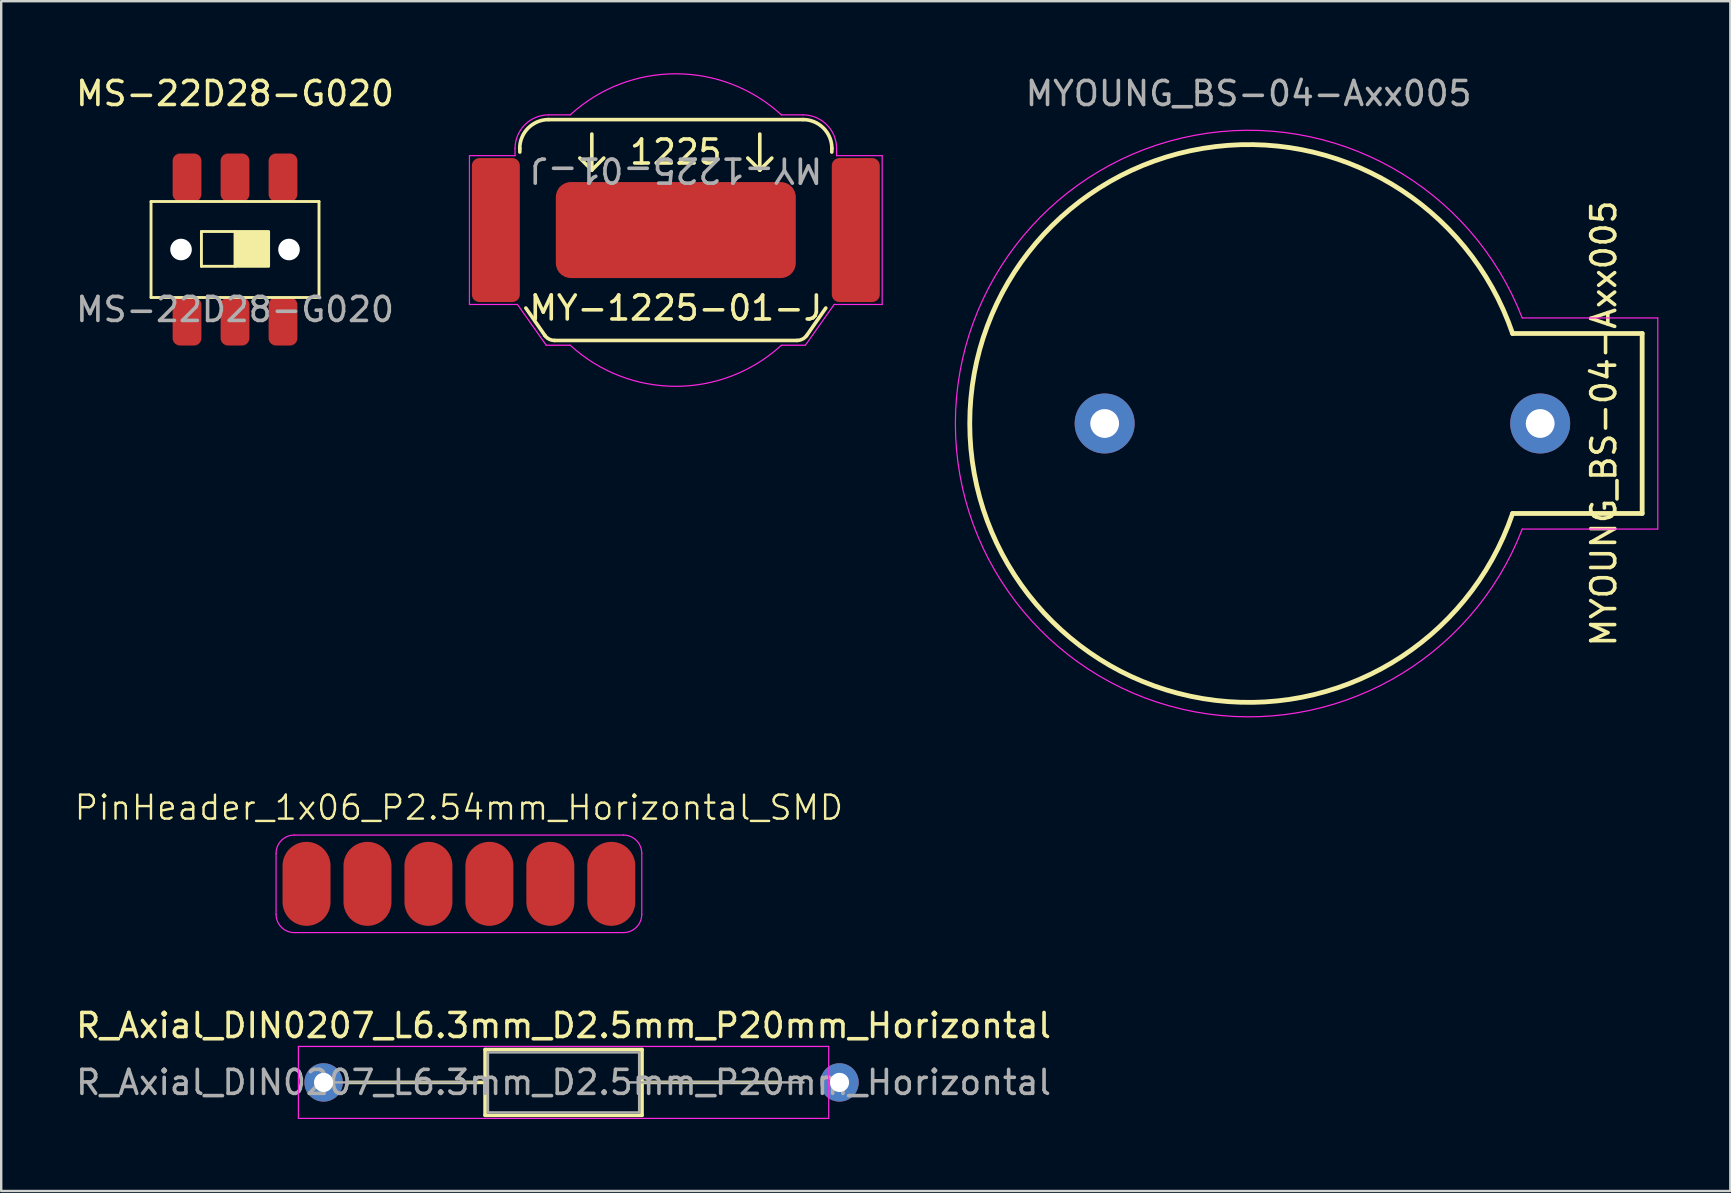
<source format=kicad_pcb>
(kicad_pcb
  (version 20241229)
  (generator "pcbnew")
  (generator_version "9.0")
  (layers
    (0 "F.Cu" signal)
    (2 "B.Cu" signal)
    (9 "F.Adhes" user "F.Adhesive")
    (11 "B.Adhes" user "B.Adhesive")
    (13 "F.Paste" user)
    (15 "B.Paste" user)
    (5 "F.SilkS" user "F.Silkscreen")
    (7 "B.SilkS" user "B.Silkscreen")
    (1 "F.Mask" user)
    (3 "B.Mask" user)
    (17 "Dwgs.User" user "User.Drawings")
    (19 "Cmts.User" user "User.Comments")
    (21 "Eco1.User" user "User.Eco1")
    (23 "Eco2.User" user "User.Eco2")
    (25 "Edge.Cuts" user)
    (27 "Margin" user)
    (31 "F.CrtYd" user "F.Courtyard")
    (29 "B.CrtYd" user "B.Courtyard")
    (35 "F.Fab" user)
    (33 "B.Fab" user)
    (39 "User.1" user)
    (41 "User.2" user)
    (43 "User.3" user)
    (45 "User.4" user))
  (footprint "R_Axial_DIN0207_L6.3mm_D2.5mm_P20mm_Horizontal"
    (layer "F.Cu")
    (at 10.435 42.058)
    (property "Reference" "R_Axial_DIN0207_L6.3mm_D2.5mm_P20mm_Horizontal" (at 10 -2.37 0) (layer "F.SilkS") (effects (font (size 1 1) (thickness 0.15))))
    (attr through_hole)
    (fp_line (start 1.05 0) (end 6.73 0) (stroke (width 0.15) (type solid)) (layer "F.SilkS"))
    (fp_line (start 6.73 -1.37) (end 6.73 1.37) (stroke (width 0.15) (type solid)) (layer "F.SilkS"))
    (fp_line (start 6.73 1.37) (end 13.27 1.37) (stroke (width 0.15) (type solid)) (layer "F.SilkS"))
    (fp_line (start 13.27 -1.37) (end 6.73 -1.37) (stroke (width 0.15) (type solid)) (layer "F.SilkS"))
    (fp_line (start 13.27 1.37) (end 13.27 -1.37) (stroke (width 0.15) (type solid)) (layer "F.SilkS"))
    (fp_line (start 18.95 0) (end 13.27 0) (stroke (width 0.15) (type solid)) (layer "F.SilkS"))
    (fp_line (start -1.05 -1.5) (end -1.05 1.5) (stroke (width 0.05) (type solid)) (layer "F.CrtYd"))
    (fp_line (start -1.05 1.5) (end 21.05 1.5) (stroke (width 0.05) (type solid)) (layer "F.CrtYd"))
    (fp_line (start 21.05 -1.5) (end -1.05 -1.5) (stroke (width 0.05) (type solid)) (layer "F.CrtYd"))
    (fp_line (start 21.05 1.5) (end 21.05 -1.5) (stroke (width 0.05) (type solid)) (layer "F.CrtYd"))
    (fp_line (start 0 0) (end 6.375 0) (stroke (width 0.1) (type solid)) (layer "F.Fab"))
    (fp_line (start 6.85 -1.25) (end 6.85 1.25) (stroke (width 0.1) (type solid)) (layer "F.Fab"))
    (fp_line (start 6.85 1.25) (end 13.15 1.25) (stroke (width 0.1) (type solid)) (layer "F.Fab"))
    (fp_line (start 13.15 -1.25) (end 6.85 -1.25) (stroke (width 0.1) (type solid)) (layer "F.Fab"))
    (fp_line (start 13.15 1.25) (end 13.15 -1.25) (stroke (width 0.1) (type solid)) (layer "F.Fab"))
    (fp_line (start 20 0) (end 12.675 0) (stroke (width 0.1) (type solid)) (layer "F.Fab"))
    (fp_text user "${REFERENCE}" (at 10 0 0) (layer "F.Fab") (effects (font (size 1 1) (thickness 0.15))))
    (pad "1" thru_hole circle (at 0 0) (size 1.6 1.6) (drill 0.8) (layers "*.Cu" "*.Mask"))
    (pad "2" thru_hole oval (at 21.5 0) (size 1.6 1.6) (drill 0.8) (layers "*.Cu" "*.Mask")))
  (footprint "MS-22D28-G020"
    (layer "F.Cu")
    (at 6.744 7.348)
    (property "Reference" "MS-22D28-G020" (at 0 -6.5 0) (unlocked yes) (layer "F.SilkS") (effects (font (size 1 1) (thickness 0.15))))
    (attr smd)
    (fp_line (start -3.5 -2) (end -3.5 2) (stroke (width 0.12) (type default)) (layer "F.SilkS"))
    (fp_line (start -3.5 2) (end 3.5 2) (stroke (width 0.12) (type default)) (layer "F.SilkS"))
    (fp_line (start -1.4 -0.75) (end -1.4 0.7) (stroke (width 0.12) (type default)) (layer "F.SilkS"))
    (fp_line (start -1.4 -0.75) (end 0 -0.75) (stroke (width 0.12) (type default)) (layer "F.SilkS"))
    (fp_line (start 0 0.7) (end -1.4 0.7) (stroke (width 0.12) (type default)) (layer "F.SilkS"))
    (fp_line (start 3.5 -2) (end -3.5 -2) (stroke (width 0.12) (type default)) (layer "F.SilkS"))
    (fp_line (start 3.5 2) (end 3.5 -2) (stroke (width 0.12) (type default)) (layer "F.SilkS"))
    (fp_rect (start 0 -0.75) (end 1.4 0.7) (stroke (width 0.12) (type solid)) (fill yes) (layer "F.SilkS"))
    (fp_rect (start -3.75 -4.25) (end 3.75 4.25) (stroke (width 0.12) (type default)) (fill no) (layer "Margin"))
    (fp_text user "${REFERENCE}" (at 0 2.5 0) (unlocked yes) (layer "F.Fab") (effects (font (size 1 1) (thickness 0.15))))
    (pad "" np_thru_hole circle (at -2.25 0 90) (size 0.9 0.9) (drill 0.9) (layers "*.Cu" "*.Mask"))
    (pad "" np_thru_hole circle (at 2.25 0 90) (size 0.9 0.9) (drill 0.9) (layers "*.Cu" "*.Mask"))
    (pad "1" smd roundrect (at -2 3 90) (size 2 1.2) (layers "F.Cu" "F.Mask" "F.Paste") (roundrect_rratio 0.25))
    (pad "2" smd roundrect (at 0 3 90) (size 2 1.2) (layers "F.Cu" "F.Mask" "F.Paste") (roundrect_rratio 0.25))
    (pad "3" smd roundrect (at 2 3 90) (size 2 1.2) (layers "F.Cu" "F.Mask" "F.Paste") (roundrect_rratio 0.25))
    (pad "4" smd roundrect (at 2 -3 90) (size 2 1.2) (layers "F.Cu" "F.Mask" "F.Paste") (roundrect_rratio 0.25))
    (pad "5" smd roundrect (at 0 -3 90) (size 2 1.2) (layers "F.Cu" "F.Mask" "F.Paste") (roundrect_rratio 0.25))
    (pad "6" smd roundrect (at -2 -3 90) (size 2 1.2) (layers "F.Cu" "F.Mask" "F.Paste") (roundrect_rratio 0.25)))
  (footprint "MY-1225-01-J"
    (layer "F.Cu")
    (at 25.113 6.537)
    (property "Reference" "MY-1225-01-J" (at 0 3.25 0) (unlocked yes) (layer "F.SilkS") (effects (font (size 1 1) (thickness 0.15))))
    (attr smd)
    (fp_line (start -6.5 -3.4) (end -6.5 -3.25) (stroke (width 0.15) (type default)) (layer "F.SilkS"))
    (fp_line (start -6.25 3.25) (end -5.45 4.4) (stroke (width 0.15) (type default)) (layer "F.SilkS"))
    (fp_line (start -3.5 -4) (end -3.5 -2.5) (stroke (width 0.15) (type default)) (layer "F.SilkS"))
    (fp_line (start -3.5 -2.5) (end -4 -3) (stroke (width 0.15) (type default)) (layer "F.SilkS"))
    (fp_line (start -3.5 -2.5) (end -3 -3) (stroke (width 0.15) (type default)) (layer "F.SilkS"))
    (fp_line (start 3.5 -4) (end 3.5 -2.5) (stroke (width 0.15) (type default)) (layer "F.SilkS"))
    (fp_line (start 3.5 -2.5) (end 3 -3) (stroke (width 0.15) (type default)) (layer "F.SilkS"))
    (fp_line (start 3.5 -2.5) (end 4 -3) (stroke (width 0.15) (type default)) (layer "F.SilkS"))
    (fp_line (start 5.05 4.6) (end -5.05 4.6) (stroke (width 0.15) (type default)) (layer "F.SilkS"))
    (fp_line (start 5.3 -4.604) (end -5.3 -4.604) (stroke (width 0.15) (type default)) (layer "F.SilkS"))
    (fp_line (start 6.25 3.25) (end 5.45 4.4) (stroke (width 0.15) (type default)) (layer "F.SilkS"))
    (fp_line (start 6.5 -3.25) (end 6.504 -3.4) (stroke (width 0.15) (type default)) (layer "F.SilkS"))
    (fp_arc (start -6.504159 -3.4) (mid -6.151469 -4.251469) (end -5.3 -4.604159) (stroke (width 0.15) (type default)) (layer "F.SilkS"))
    (fp_arc (start -5.05 4.6) (mid -5.273607 4.547214) (end -5.45 4.4) (stroke (width 0.15) (type default)) (layer "F.SilkS"))
    (fp_arc (start 5.3 -4.604159) (mid 6.151469 -4.251469) (end 6.504159 -3.4) (stroke (width 0.15) (type default)) (layer "F.SilkS"))
    (fp_arc (start 5.45 4.4) (mid 5.273607 4.547214) (end 5.05 4.6) (stroke (width 0.15) (type default)) (layer "F.SilkS"))
    (fp_line (start -8.6 -3.1) (end -8.6 3.1) (stroke (width 0.05) (type default)) (layer "F.CrtYd"))
    (fp_line (start -8.6 3.1) (end -6.6 3.1) (stroke (width 0.05) (type default)) (layer "F.CrtYd"))
    (fp_line (start -6.7 -3.1) (end -8.6 -3.1) (stroke (width 0.05) (type default)) (layer "F.CrtYd"))
    (fp_line (start -6.7 -3.1) (end -6.7 -3.4) (stroke (width 0.05) (type default)) (layer "F.CrtYd"))
    (fp_line (start -6.6 3.1) (end -5.4 4.8) (stroke (width 0.05) (type default)) (layer "F.CrtYd"))
    (fp_line (start -5.4 4.8) (end -4.4 4.8) (stroke (width 0.05) (type default)) (layer "F.CrtYd"))
    (fp_line (start -5.3 -4.8) (end -4.4 -4.8) (stroke (width 0.05) (type default)) (layer "F.CrtYd"))
    (fp_line (start 5.3 -4.8) (end 4.4 -4.8) (stroke (width 0.05) (type default)) (layer "F.CrtYd"))
    (fp_line (start 5.4 4.8) (end 4.4 4.8) (stroke (width 0.05) (type default)) (layer "F.CrtYd"))
    (fp_line (start 6.6 3.1) (end 5.4 4.8) (stroke (width 0.05) (type default)) (layer "F.CrtYd"))
    (fp_line (start 6.7 -3.1) (end 6.7 -3.4) (stroke (width 0.05) (type default)) (layer "F.CrtYd"))
    (fp_line (start 6.7 -3.1) (end 8.6 -3.1) (stroke (width 0.05) (type default)) (layer "F.CrtYd"))
    (fp_line (start 8.6 -3.1) (end 8.6 3.1) (stroke (width 0.05) (type default)) (layer "F.CrtYd"))
    (fp_line (start 8.6 3.1) (end 6.6 3.1) (stroke (width 0.05) (type default)) (layer "F.CrtYd"))
    (fp_arc (start -6.7 -3.4) (mid -6.289949 -4.389949) (end -5.3 -4.8) (stroke (width 0.05) (type default)) (layer "F.CrtYd"))
    (fp_arc (start -4.4 -4.8) (mid 0 -6.511528) (end 4.4 -4.8) (stroke (width 0.05) (type default)) (layer "F.CrtYd"))
    (fp_arc (start 4.4 4.8) (mid 0 6.511528) (end -4.4 4.8) (stroke (width 0.05) (type default)) (layer "F.CrtYd"))
    (fp_arc (start 5.3 -4.8) (mid 6.289949 -4.389949) (end 6.7 -3.4) (stroke (width 0.05) (type default)) (layer "F.CrtYd"))
    (fp_text user "1225" (at 0 -3.25 0) (unlocked yes) (layer "F.SilkS") (effects (font (size 1 1) (thickness 0.15))))
    (fp_text user "${REFERENCE}" (at 0 -2.5 180) (unlocked yes) (layer "F.Fab") (effects (font (size 1 1) (thickness 0.15))))
    (pad "1" smd roundrect (at -7.5 0 180) (size 2 6) (layers "F.Cu" "F.Mask" "F.Paste") (roundrect_rratio 0.156))
    (pad "1" smd roundrect (at 7.5 0 180) (size 2 6) (layers "F.Cu" "F.Mask" "F.Paste") (roundrect_rratio 0.156))
    (pad "2" smd roundrect (at 0 0 180) (size 10 4) (layers "F.Cu" "F.Mask" "F.Paste") (roundrect_rratio 0.156)))
  (footprint "PinHeader_1x06_P2.54mm_Horizontal_SMD"
    (layer "F.Cu")
    (at 16.074 33.782)
    (property "Reference" "PinHeader_1x06_P2.54mm_Horizontal_SMD" (at 0 -3.175 0) (unlocked yes) (layer "F.SilkS") (effects (font (size 1 1) (thickness 0.1))))
    (attr smd)
    (fp_line (start -7.62 -1.27) (end -7.62 1.27) (stroke (width 0.05) (type default)) (layer "F.CrtYd"))
    (fp_line (start -6.858 2.032) (end 6.858 2.032) (stroke (width 0.05) (type default)) (layer "F.CrtYd"))
    (fp_line (start 6.858 -2.032) (end -6.858 -2.032) (stroke (width 0.05) (type default)) (layer "F.CrtYd"))
    (fp_line (start 7.62 1.27) (end 7.62 -1.27) (stroke (width 0.05) (type default)) (layer "F.CrtYd"))
    (fp_arc (start -7.62 -1.27) (mid -7.396815 -1.808815) (end -6.858 -2.032) (stroke (width 0.05) (type default)) (layer "F.CrtYd"))
    (fp_arc (start -6.858 2.032) (mid -7.396815 1.808815) (end -7.62 1.27) (stroke (width 0.05) (type default)) (layer "F.CrtYd"))
    (fp_arc (start 6.858 -2.032) (mid 7.396815 -1.808815) (end 7.62 -1.27) (stroke (width 0.05) (type default)) (layer "F.CrtYd"))
    (fp_arc (start 7.62 1.27) (mid 7.396815 1.808815) (end 6.858 2.032) (stroke (width 0.05) (type default)) (layer "F.CrtYd"))
    (pad "1" smd oval (at -6.35 0) (size 2 3.5) (layers "F.Cu" "F.Mask" "F.Paste"))
    (pad "2" smd oval (at -3.81 0) (size 2 3.5) (layers "F.Cu" "F.Mask" "F.Paste"))
    (pad "3" smd oval (at -1.27 0) (size 2 3.5) (layers "F.Cu" "F.Mask" "F.Paste"))
    (pad "4" smd oval (at 1.27 0) (size 2 3.5) (layers "F.Cu" "F.Mask" "F.Paste"))
    (pad "5" smd oval (at 3.81 0) (size 2 3.5) (layers "F.Cu" "F.Mask" "F.Paste"))
    (pad "6" smd oval (at 6.35 0) (size 2 3.5) (layers "F.Cu" "F.Mask" "F.Paste")))
  (footprint "MYOUNG_BS-04-Axx005"
    (layer "F.Cu")
    (at 48.984 14.598)
    (property "Reference" "MYOUNG_BS-04-Axx005" (at 14.8 0 90) (unlocked yes) (layer "F.SilkS") (effects (font (size 1 1) (thickness 0.15))))
    (attr through_hole)
    (fp_line (start 16.4 -3.75) (end 11 -3.75) (stroke (width 0.2) (type default)) (layer "F.SilkS"))
    (fp_line (start 16.4 3.75) (end 11 3.75) (stroke (width 0.2) (type default)) (layer "F.SilkS"))
    (fp_line (start 16.4 3.75) (end 16.4 -3.75) (stroke (width 0.2) (type default)) (layer "F.SilkS"))
    (fp_arc (start 11 3.75) (mid -11.621639 0) (end 11 -3.75) (stroke (width 0.2) (type default)) (layer "F.SilkS"))
    (fp_line (start 11.402 4.4) (end 17.05 4.4) (stroke (width 0.05) (type default)) (layer "F.CrtYd"))
    (fp_line (start 17.05 -4.4) (end 11.4 -4.4) (stroke (width 0.05) (type default)) (layer "F.CrtYd"))
    (fp_line (start 17.05 4.4) (end 17.05 -4.4) (stroke (width 0.05) (type default)) (layer "F.CrtYd"))
    (fp_arc (start 11.402065 4.400374) (mid -12.220687 0.005731) (end 11.4 -4.4) (stroke (width 0.05) (type default)) (layer "F.CrtYd"))
    (fp_text user "${REFERENCE}" (at 0 -13.75 0) (unlocked yes) (layer "F.Fab") (effects (font (size 1 1) (thickness 0.15))))
    (pad "1" thru_hole circle (at 12.15 0) (size 2.5 2.5) (drill 1.2) (layers "*.Cu" "*.Mask"))
    (pad "2" thru_hole circle (at -6 0) (size 2.5 2.5) (drill 1.2) (layers "*.Cu" "*.Mask")))
  (gr_rect
    (start -3 -3)
    (end 69.059 46.583)
    (stroke (width 0.1) (type default))
    (fill no)
    (layer "Edge.Cuts")))
</source>
